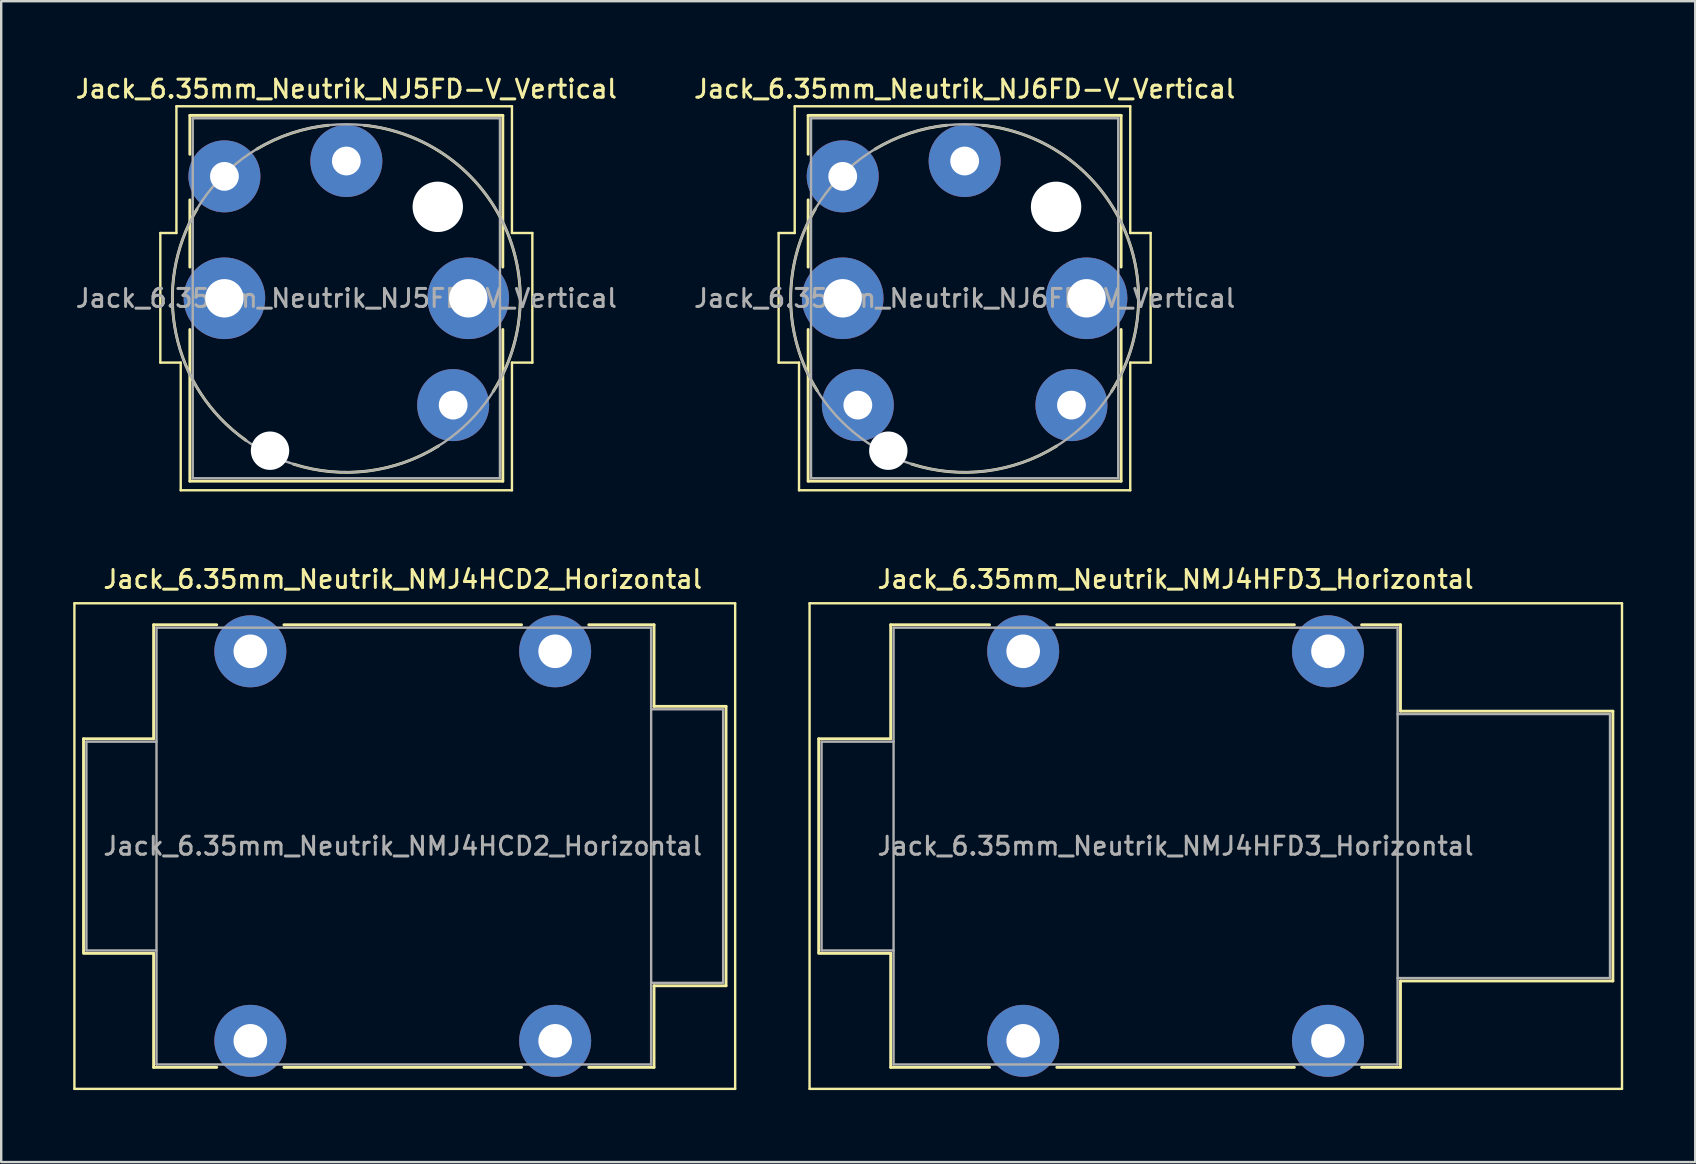
<source format=kicad_pcb>
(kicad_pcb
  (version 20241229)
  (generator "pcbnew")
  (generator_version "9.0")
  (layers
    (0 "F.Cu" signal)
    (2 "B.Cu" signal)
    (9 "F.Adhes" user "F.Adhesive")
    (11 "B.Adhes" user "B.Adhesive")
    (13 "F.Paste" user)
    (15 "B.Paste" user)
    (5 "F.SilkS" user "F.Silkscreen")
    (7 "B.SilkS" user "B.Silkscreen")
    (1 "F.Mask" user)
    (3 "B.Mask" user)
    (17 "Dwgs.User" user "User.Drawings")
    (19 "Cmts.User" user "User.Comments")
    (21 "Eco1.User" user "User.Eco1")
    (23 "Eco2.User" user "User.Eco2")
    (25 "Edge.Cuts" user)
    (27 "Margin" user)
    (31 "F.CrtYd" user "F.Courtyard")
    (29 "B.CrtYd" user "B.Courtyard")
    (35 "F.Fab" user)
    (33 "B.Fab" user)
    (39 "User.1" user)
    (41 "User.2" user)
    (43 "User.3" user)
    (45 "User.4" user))
  (footprint "Jack_6.35mm_Neutrik_NMJ4HFD3_Horizontal"
    (layer "F.Cu")
    (at 39.58 24.086)
    (property "Reference" "Jack_6.35mm_Neutrik_NMJ4HFD3_Horizontal" (at 6.35 -3 0) (layer "F.SilkS") (effects (font (size 0.75 0.75) (thickness 0.125))))
    (attr through_hole)
    (fp_line (start -8.9 18.23) (end -8.9 -2) (stroke (width 0.1) (type solid)) (layer "F.SilkS"))
    (fp_line (start -8.9 18.23) (end 24.95 18.23) (stroke (width 0.1) (type solid)) (layer "F.SilkS"))
    (fp_line (start -8.52 3.645) (end -5.52 3.645) (stroke (width 0.12) (type solid)) (layer "F.SilkS"))
    (fp_line (start -8.52 12.545) (end -8.52 3.645) (stroke (width 0.12) (type solid)) (layer "F.SilkS"))
    (fp_line (start -8.52 12.585) (end -5.52 12.585) (stroke (width 0.12) (type solid)) (layer "F.SilkS"))
    (fp_line (start -5.52 -1.105) (end -1.4 -1.105) (stroke (width 0.12) (type solid)) (layer "F.SilkS"))
    (fp_line (start -5.52 3.645) (end -5.52 -1.105) (stroke (width 0.12) (type solid)) (layer "F.SilkS"))
    (fp_line (start -5.52 17.335) (end -5.52 12.585) (stroke (width 0.12) (type solid)) (layer "F.SilkS"))
    (fp_line (start -1.4 17.335) (end -5.52 17.335) (stroke (width 0.12) (type solid)) (layer "F.SilkS"))
    (fp_line (start 1.4 -1.105) (end 11.3 -1.105) (stroke (width 0.12) (type solid)) (layer "F.SilkS"))
    (fp_line (start 11.3 17.335) (end 1.4 17.335) (stroke (width 0.12) (type solid)) (layer "F.SilkS"))
    (fp_line (start 15.72 -1.105) (end 14.1 -1.105) (stroke (width 0.12) (type solid)) (layer "F.SilkS"))
    (fp_line (start 15.72 2.495) (end 15.72 -1.105) (stroke (width 0.12) (type solid)) (layer "F.SilkS"))
    (fp_line (start 15.72 2.495) (end 24.57 2.495) (stroke (width 0.12) (type solid)) (layer "F.SilkS"))
    (fp_line (start 15.72 13.735) (end 24.57 13.735) (stroke (width 0.12) (type solid)) (layer "F.SilkS"))
    (fp_line (start 15.72 17.335) (end 14.1 17.335) (stroke (width 0.12) (type solid)) (layer "F.SilkS"))
    (fp_line (start 15.72 17.335) (end 15.72 13.735) (stroke (width 0.12) (type solid)) (layer "F.SilkS"))
    (fp_line (start 24.57 13.735) (end 24.57 2.495) (stroke (width 0.12) (type solid)) (layer "F.SilkS"))
    (fp_line (start 24.95 -2) (end -8.9 -2) (stroke (width 0.1) (type solid)) (layer "F.SilkS"))
    (fp_line (start 24.95 18.23) (end 24.95 -2) (stroke (width 0.1) (type solid)) (layer "F.SilkS"))
    (fp_line (start -8.4 3.765) (end -5.4 3.765) (stroke (width 0.1) (type solid)) (layer "F.Fab"))
    (fp_line (start -8.4 12.465) (end -8.4 3.765) (stroke (width 0.1) (type solid)) (layer "F.Fab"))
    (fp_line (start -8.4 12.465) (end -5.4 12.465) (stroke (width 0.1) (type solid)) (layer "F.Fab"))
    (fp_line (start -5.4 17.215) (end -5.4 -0.985) (stroke (width 0.1) (type solid)) (layer "F.Fab"))
    (fp_line (start 15.6 -0.985) (end -5.4 -0.985) (stroke (width 0.1) (type solid)) (layer "F.Fab"))
    (fp_line (start 15.6 17.215) (end -5.4 17.215) (stroke (width 0.1) (type solid)) (layer "F.Fab"))
    (fp_line (start 15.6 17.215) (end 15.6 -0.985) (stroke (width 0.1) (type solid)) (layer "F.Fab"))
    (fp_line (start 24.45 2.615) (end 15.6 2.615) (stroke (width 0.1) (type solid)) (layer "F.Fab"))
    (fp_line (start 24.45 13.615) (end 15.6 13.615) (stroke (width 0.1) (type solid)) (layer "F.Fab"))
    (fp_line (start 24.45 13.615) (end 24.45 2.615) (stroke (width 0.1) (type solid)) (layer "F.Fab"))
    (fp_text user "${REFERENCE}" (at 6.35 8.115 0) (layer "F.Fab") (effects (font (size 0.75 0.75) (thickness 0.125))))
    (pad "S" thru_hole circle (at 12.7 0) (size 3 3) (drill 1.4) (layers "*.Cu" "*.Mask"))
    (pad "SN" thru_hole circle (at 12.7 16.23) (size 3 3) (drill 1.4) (layers "*.Cu" "*.Mask"))
    (pad "T" thru_hole circle (at 0 0) (size 3 3) (drill 1.4) (layers "*.Cu" "*.Mask"))
    (pad "TN" thru_hole circle (at 0 16.23) (size 3 3) (drill 1.4) (layers "*.Cu" "*.Mask")))
  (footprint "Jack_6.35mm_Neutrik_NMJ4HCD2_Horizontal"
    (layer "F.Cu")
    (at 7.38 24.086)
    (property "Reference" "Jack_6.35mm_Neutrik_NMJ4HCD2_Horizontal" (at 6.35 -3 0) (layer "F.SilkS") (effects (font (size 0.75 0.75) (thickness 0.125))))
    (attr through_hole)
    (fp_line (start -7.33 18.23) (end -7.33 -2) (stroke (width 0.1) (type solid)) (layer "F.SilkS"))
    (fp_line (start -7.33 18.23) (end 20.2 18.23) (stroke (width 0.1) (type solid)) (layer "F.SilkS"))
    (fp_line (start -6.95 3.645) (end -4.03 3.645) (stroke (width 0.12) (type solid)) (layer "F.SilkS"))
    (fp_line (start -6.95 12.545) (end -6.95 3.645) (stroke (width 0.12) (type solid)) (layer "F.SilkS"))
    (fp_line (start -6.95 12.585) (end -4.03 12.585) (stroke (width 0.12) (type solid)) (layer "F.SilkS"))
    (fp_line (start -4.03 -1.105) (end -1.4 -1.105) (stroke (width 0.12) (type solid)) (layer "F.SilkS"))
    (fp_line (start -4.03 3.645) (end -4.03 -1.105) (stroke (width 0.12) (type solid)) (layer "F.SilkS"))
    (fp_line (start -4.03 17.335) (end -4.03 12.585) (stroke (width 0.12) (type solid)) (layer "F.SilkS"))
    (fp_line (start -1.4 17.335) (end -4.03 17.335) (stroke (width 0.12) (type solid)) (layer "F.SilkS"))
    (fp_line (start 1.4 -1.105) (end 11.3 -1.105) (stroke (width 0.12) (type solid)) (layer "F.SilkS"))
    (fp_line (start 11.3 17.335) (end 1.4 17.335) (stroke (width 0.12) (type solid)) (layer "F.SilkS"))
    (fp_line (start 16.82 -1.105) (end 14.1 -1.105) (stroke (width 0.12) (type solid)) (layer "F.SilkS"))
    (fp_line (start 16.82 2.295) (end 16.82 -1.105) (stroke (width 0.12) (type solid)) (layer "F.SilkS"))
    (fp_line (start 16.82 2.295) (end 19.82 2.295) (stroke (width 0.12) (type solid)) (layer "F.SilkS"))
    (fp_line (start 16.82 13.935) (end 19.82 13.935) (stroke (width 0.12) (type solid)) (layer "F.SilkS"))
    (fp_line (start 16.82 17.335) (end 14.1 17.335) (stroke (width 0.12) (type solid)) (layer "F.SilkS"))
    (fp_line (start 16.82 17.335) (end 16.82 13.935) (stroke (width 0.12) (type solid)) (layer "F.SilkS"))
    (fp_line (start 19.82 13.935) (end 19.82 2.295) (stroke (width 0.12) (type solid)) (layer "F.SilkS"))
    (fp_line (start 20.2 -2) (end -7.33 -2) (stroke (width 0.1) (type solid)) (layer "F.SilkS"))
    (fp_line (start 20.2 18.23) (end 20.2 -2) (stroke (width 0.1) (type solid)) (layer "F.SilkS"))
    (fp_line (start -6.83 3.765) (end -3.91 3.765) (stroke (width 0.1) (type solid)) (layer "F.Fab"))
    (fp_line (start -6.83 12.465) (end -6.83 3.765) (stroke (width 0.1) (type solid)) (layer "F.Fab"))
    (fp_line (start -6.83 12.465) (end -3.91 12.465) (stroke (width 0.1) (type solid)) (layer "F.Fab"))
    (fp_line (start -3.91 17.215) (end -3.91 -0.985) (stroke (width 0.1) (type solid)) (layer "F.Fab"))
    (fp_line (start 16.7 -0.985) (end -3.91 -0.985) (stroke (width 0.1) (type solid)) (layer "F.Fab"))
    (fp_line (start 16.7 17.215) (end -3.91 17.215) (stroke (width 0.1) (type solid)) (layer "F.Fab"))
    (fp_line (start 16.7 17.215) (end 16.7 -0.985) (stroke (width 0.1) (type solid)) (layer "F.Fab"))
    (fp_line (start 19.7 2.415) (end 16.7 2.415) (stroke (width 0.1) (type solid)) (layer "F.Fab"))
    (fp_line (start 19.7 13.815) (end 16.7 13.815) (stroke (width 0.1) (type solid)) (layer "F.Fab"))
    (fp_line (start 19.7 13.815) (end 19.7 2.415) (stroke (width 0.1) (type solid)) (layer "F.Fab"))
    (fp_text user "${REFERENCE}" (at 6.35 8.115 0) (layer "F.Fab") (effects (font (size 0.75 0.75) (thickness 0.125))))
    (pad "S" thru_hole circle (at 12.7 0) (size 3 3) (drill 1.4) (layers "*.Cu" "*.Mask"))
    (pad "SN" thru_hole circle (at 12.7 16.23) (size 3 3) (drill 1.4) (layers "*.Cu" "*.Mask"))
    (pad "T" thru_hole circle (at 0 0) (size 3 3) (drill 1.4) (layers "*.Cu" "*.Mask"))
    (pad "TN" thru_hole circle (at 0 16.23) (size 3 3) (drill 1.4) (layers "*.Cu" "*.Mask")))
  (footprint "Jack_6.35mm_Neutrik_NJ6FD-V_Vertical"
    (layer "F.Cu")
    (at 37.141 3.658)
    (property "Reference" "Jack_6.35mm_Neutrik_NJ6FD-V_Vertical" (at 0 -3 0) (layer "F.SilkS") (effects (font (size 0.75 0.75) (thickness 0.125))))
    (attr through_hole)
    (fp_line (start -7.75 3) (end -7.75 8.4) (stroke (width 0.1) (type solid)) (layer "F.SilkS"))
    (fp_line (start -7.08 -2.28) (end -7.08 3) (stroke (width 0.1) (type solid)) (layer "F.SilkS"))
    (fp_line (start -7.08 -2.28) (end 6.9 -2.28) (stroke (width 0.1) (type solid)) (layer "F.SilkS"))
    (fp_line (start -7.08 3) (end -7.75 3) (stroke (width 0.1) (type solid)) (layer "F.SilkS"))
    (fp_line (start -6.9 8.4) (end -7.75 8.4) (stroke (width 0.1) (type solid)) (layer "F.SilkS"))
    (fp_line (start -6.9 8.4) (end -6.9 13.72) (stroke (width 0.1) (type solid)) (layer "F.SilkS"))
    (fp_line (start -6.9 13.72) (end 6.9 13.72) (stroke (width 0.1) (type solid)) (layer "F.SilkS"))
    (fp_line (start -6.52 -1.9) (end -6.52 -0.28) (stroke (width 0.12) (type solid)) (layer "F.SilkS"))
    (fp_line (start -6.52 -1.9) (end 6.52 -1.9) (stroke (width 0.12) (type solid)) (layer "F.SilkS"))
    (fp_line (start -6.52 1.62) (end -6.52 4.42) (stroke (width 0.12) (type solid)) (layer "F.SilkS"))
    (fp_line (start -6.52 7.02) (end -6.52 13.34) (stroke (width 0.12) (type solid)) (layer "F.SilkS"))
    (fp_line (start -6.52 13.34) (end 6.52 13.34) (stroke (width 0.12) (type solid)) (layer "F.SilkS"))
    (fp_line (start 6.52 -1.9) (end 6.52 4.42) (stroke (width 0.12) (type solid)) (layer "F.SilkS"))
    (fp_line (start 6.52 7.02) (end 6.52 13.34) (stroke (width 0.12) (type solid)) (layer "F.SilkS"))
    (fp_line (start 6.9 -2.28) (end 6.9 3) (stroke (width 0.1) (type solid)) (layer "F.SilkS"))
    (fp_line (start 6.9 3) (end 7.75 3) (stroke (width 0.1) (type solid)) (layer "F.SilkS"))
    (fp_line (start 6.9 8.4) (end 6.9 13.72) (stroke (width 0.1) (type solid)) (layer "F.SilkS"))
    (fp_line (start 6.9 8.4) (end 7.75 8.4) (stroke (width 0.1) (type solid)) (layer "F.SilkS"))
    (fp_line (start 7.75 3) (end 7.75 8.4) (stroke (width 0.1) (type solid)) (layer "F.SilkS"))
    (fp_arc (start -6.138365 9.573216) (mid -7.247116 5.79812) (end -6.22 2) (stroke (width 0.12) (type solid)) (layer "F.SilkS"))
    (fp_arc (start -3.726809 -0.497515) (mid -2.292752 -1.156764) (end -0.75 -1.49) (stroke (width 0.12) (type solid)) (layer "F.SilkS"))
    (fp_arc (start 0.741615 -1.488246) (mid 6.519796 2.557554) (end 6.12 9.6) (stroke (width 0.12) (type solid)) (layer "F.SilkS"))
    (fp_arc (start 3.836366 11.873893) (mid 0.901303 12.915537) (end -2.2 12.63) (stroke (width 0.12) (type solid)) (layer "F.SilkS"))
    (fp_line (start -6.4 -1.78) (end -6.4 13.22) (stroke (width 0.1) (type solid)) (layer "F.Fab"))
    (fp_line (start -6.4 -1.78) (end 6.4 -1.78) (stroke (width 0.1) (type solid)) (layer "F.Fab"))
    (fp_line (start -6.4 13.22) (end 6.4 13.22) (stroke (width 0.1) (type solid)) (layer "F.Fab"))
    (fp_line (start 6.4 -1.78) (end 6.4 13.22) (stroke (width 0.1) (type solid)) (layer "F.Fab"))
    (fp_circle (center 0 5.72) (end -7.25 5.72) (stroke (width 0.1) (type solid)) (fill no) (layer "F.Fab"))
    (fp_text user "${REFERENCE}" (at 0 5.72 0) (layer "F.Fab") (effects (font (size 0.75 0.75) (thickness 0.125))))
    (pad "" np_thru_hole circle (at -3.18 12.07 180) (size 1.6 1.6) (drill 1.6) (layers "*.Cu" "*.Mask"))
    (pad "" np_thru_hole circle (at 3.81 1.91 180) (size 2.1 2.1) (drill 2.1) (layers "*.Cu" "*.Mask"))
    (pad "R" thru_hole circle (at 5.08 5.72 180) (size 3.4 3.4) (drill 1.6) (layers "*.Cu" "*.Mask"))
    (pad "RN" thru_hole circle (at 4.45 10.17 180) (size 3 3) (drill 1.2) (layers "*.Cu" "*.Mask"))
    (pad "S" thru_hole circle (at -5.08 5.72 180) (size 3.4 3.4) (drill 1.6) (layers "*.Cu" "*.Mask"))
    (pad "SN" thru_hole circle (at -4.45 10.17 180) (size 3 3) (drill 1.2) (layers "*.Cu" "*.Mask"))
    (pad "T" thru_hole circle (at 0 0 180) (size 3 3) (drill 1.2) (layers "*.Cu" "*.Mask"))
    (pad "TN" thru_hole circle (at -5.08 0.64 180) (size 3 3) (drill 1.2) (layers "*.Cu" "*.Mask")))
  (footprint "Jack_6.35mm_Neutrik_NJ5FD-V_Vertical"
    (layer "F.Cu")
    (at 11.38 3.658)
    (property "Reference" "Jack_6.35mm_Neutrik_NJ5FD-V_Vertical" (at 0 -3 0) (layer "F.SilkS") (effects (font (size 0.75 0.75) (thickness 0.125))))
    (attr through_hole)
    (fp_line (start -7.75 3) (end -7.75 8.4) (stroke (width 0.1) (type solid)) (layer "F.SilkS"))
    (fp_line (start -7.08 -2.28) (end -7.08 3) (stroke (width 0.1) (type solid)) (layer "F.SilkS"))
    (fp_line (start -7.08 -2.28) (end 6.9 -2.28) (stroke (width 0.1) (type solid)) (layer "F.SilkS"))
    (fp_line (start -7.08 3) (end -7.75 3) (stroke (width 0.1) (type solid)) (layer "F.SilkS"))
    (fp_line (start -6.9 8.4) (end -7.75 8.4) (stroke (width 0.1) (type solid)) (layer "F.SilkS"))
    (fp_line (start -6.9 8.4) (end -6.9 13.72) (stroke (width 0.1) (type solid)) (layer "F.SilkS"))
    (fp_line (start -6.9 13.72) (end 6.9 13.72) (stroke (width 0.1) (type solid)) (layer "F.SilkS"))
    (fp_line (start -6.52 -1.9) (end -6.52 -0.28) (stroke (width 0.12) (type solid)) (layer "F.SilkS"))
    (fp_line (start -6.52 -1.9) (end 6.52 -1.9) (stroke (width 0.12) (type solid)) (layer "F.SilkS"))
    (fp_line (start -6.52 1.62) (end -6.52 4.42) (stroke (width 0.12) (type solid)) (layer "F.SilkS"))
    (fp_line (start -6.52 7.02) (end -6.52 13.34) (stroke (width 0.12) (type solid)) (layer "F.SilkS"))
    (fp_line (start -6.52 13.34) (end 6.52 13.34) (stroke (width 0.12) (type solid)) (layer "F.SilkS"))
    (fp_line (start 6.52 -1.9) (end 6.52 4.42) (stroke (width 0.12) (type solid)) (layer "F.SilkS"))
    (fp_line (start 6.52 7.02) (end 6.52 13.34) (stroke (width 0.12) (type solid)) (layer "F.SilkS"))
    (fp_line (start 6.9 -2.28) (end 6.9 3) (stroke (width 0.1) (type solid)) (layer "F.SilkS"))
    (fp_line (start 6.9 3) (end 7.75 3) (stroke (width 0.1) (type solid)) (layer "F.SilkS"))
    (fp_line (start 6.9 8.4) (end 6.9 13.72) (stroke (width 0.1) (type solid)) (layer "F.SilkS"))
    (fp_line (start 6.9 8.4) (end 7.75 8.4) (stroke (width 0.1) (type solid)) (layer "F.SilkS"))
    (fp_line (start 7.75 3) (end 7.75 8.4) (stroke (width 0.1) (type solid)) (layer "F.SilkS"))
    (fp_arc (start -4.186229 11.636273) (mid -7.091321 7.21665) (end -6.22 2) (stroke (width 0.12) (type solid)) (layer "F.SilkS"))
    (fp_arc (start -3.726809 -0.497515) (mid -2.292752 -1.156764) (end -0.75 -1.49) (stroke (width 0.12) (type solid)) (layer "F.SilkS"))
    (fp_arc (start 0.741615 -1.488246) (mid 6.519796 2.557554) (end 6.12 9.6) (stroke (width 0.12) (type solid)) (layer "F.SilkS"))
    (fp_arc (start 3.836366 11.873893) (mid 0.901303 12.915537) (end -2.2 12.63) (stroke (width 0.12) (type solid)) (layer "F.SilkS"))
    (fp_line (start -6.4 -1.78) (end -6.4 13.22) (stroke (width 0.1) (type solid)) (layer "F.Fab"))
    (fp_line (start -6.4 -1.78) (end 6.4 -1.78) (stroke (width 0.1) (type solid)) (layer "F.Fab"))
    (fp_line (start -6.4 13.22) (end 6.4 13.22) (stroke (width 0.1) (type solid)) (layer "F.Fab"))
    (fp_line (start 6.4 -1.78) (end 6.4 13.22) (stroke (width 0.1) (type solid)) (layer "F.Fab"))
    (fp_circle (center 0 5.72) (end -7.25 5.72) (stroke (width 0.1) (type solid)) (fill no) (layer "F.Fab"))
    (fp_text user "${REFERENCE}" (at 0 5.72 0) (layer "F.Fab") (effects (font (size 0.75 0.75) (thickness 0.125))))
    (pad "" np_thru_hole circle (at -3.18 12.07 180) (size 1.6 1.6) (drill 1.6) (layers "*.Cu" "*.Mask"))
    (pad "" np_thru_hole circle (at 3.81 1.91 180) (size 2.1 2.1) (drill 2.1) (layers "*.Cu" "*.Mask"))
    (pad "R" thru_hole circle (at 5.08 5.72 180) (size 3.4 3.4) (drill 1.6) (layers "*.Cu" "*.Mask"))
    (pad "RN" thru_hole circle (at 4.45 10.17 180) (size 3 3) (drill 1.2) (layers "*.Cu" "*.Mask"))
    (pad "S" thru_hole circle (at -5.08 5.72 180) (size 3.4 3.4) (drill 1.6) (layers "*.Cu" "*.Mask"))
    (pad "T" thru_hole circle (at 0 0 180) (size 3 3) (drill 1.2) (layers "*.Cu" "*.Mask"))
    (pad "TN" thru_hole circle (at -5.08 0.64 180) (size 3 3) (drill 1.2) (layers "*.Cu" "*.Mask")))
  (gr_rect
    (start -3 -3)
    (end 67.58 45.366)
    (stroke (width 0.1) (type default))
    (fill no)
    (layer "Edge.Cuts")))
</source>
